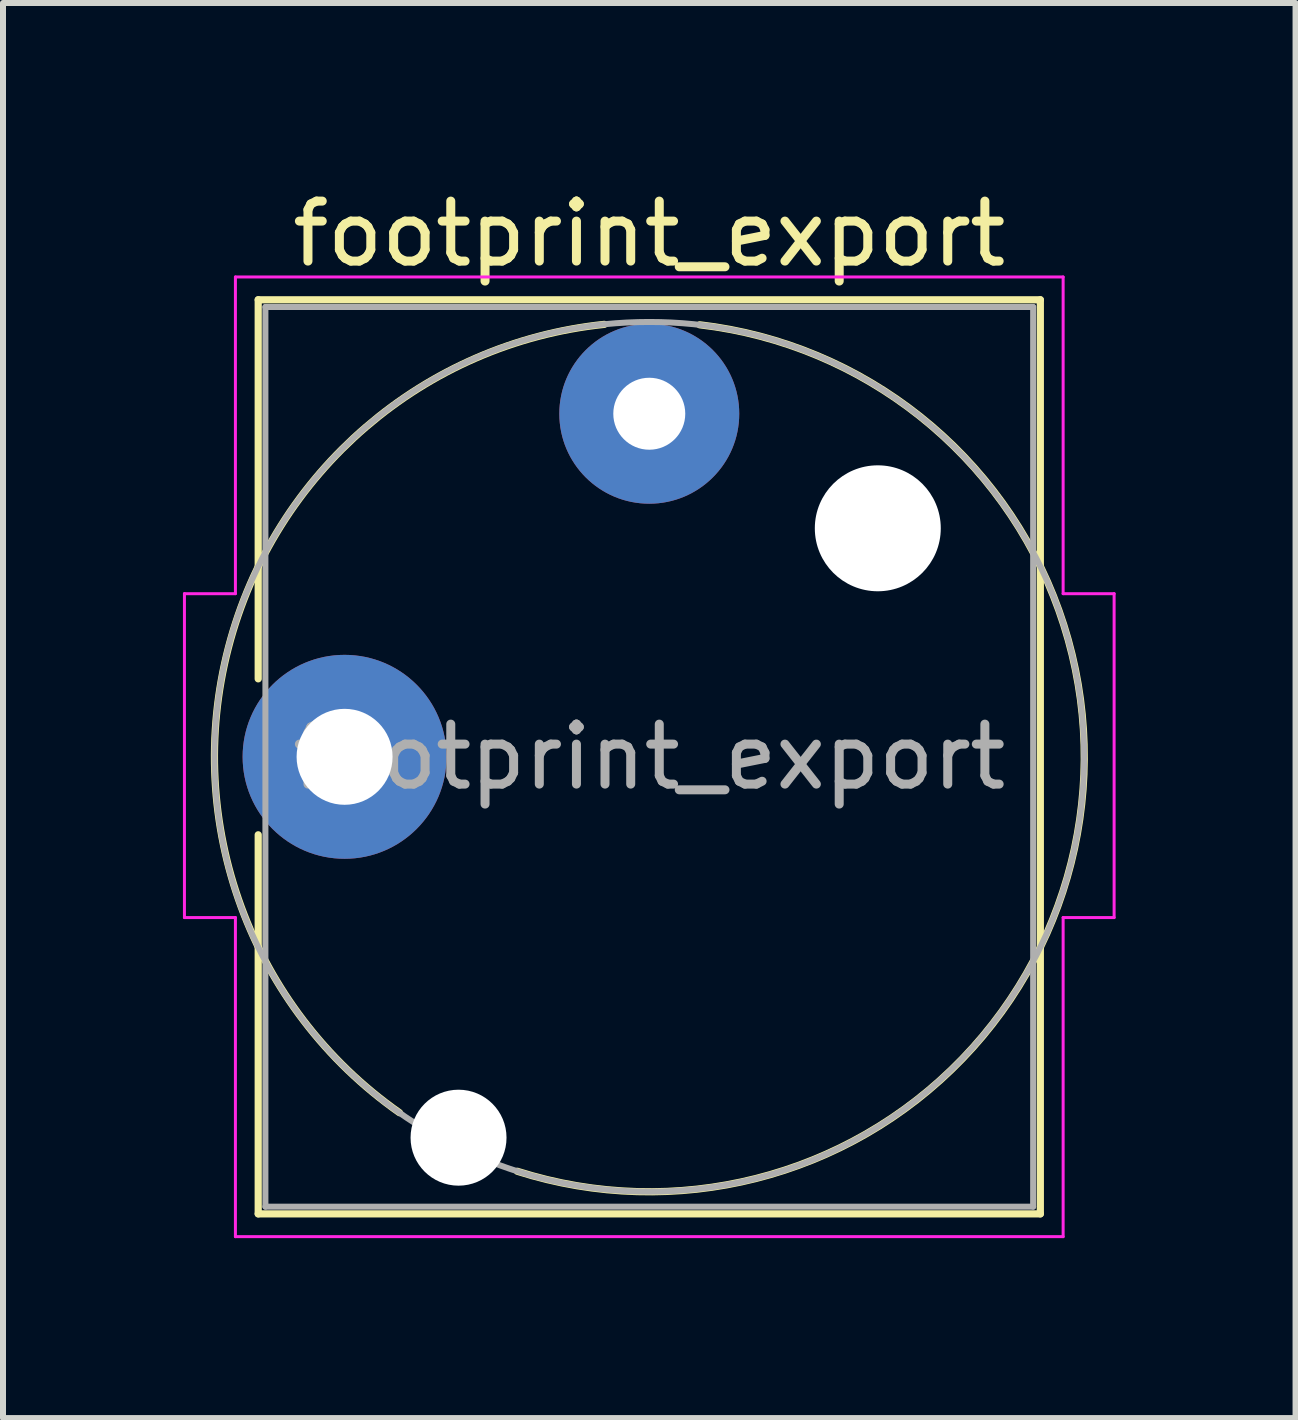
<source format=kicad_pcb>
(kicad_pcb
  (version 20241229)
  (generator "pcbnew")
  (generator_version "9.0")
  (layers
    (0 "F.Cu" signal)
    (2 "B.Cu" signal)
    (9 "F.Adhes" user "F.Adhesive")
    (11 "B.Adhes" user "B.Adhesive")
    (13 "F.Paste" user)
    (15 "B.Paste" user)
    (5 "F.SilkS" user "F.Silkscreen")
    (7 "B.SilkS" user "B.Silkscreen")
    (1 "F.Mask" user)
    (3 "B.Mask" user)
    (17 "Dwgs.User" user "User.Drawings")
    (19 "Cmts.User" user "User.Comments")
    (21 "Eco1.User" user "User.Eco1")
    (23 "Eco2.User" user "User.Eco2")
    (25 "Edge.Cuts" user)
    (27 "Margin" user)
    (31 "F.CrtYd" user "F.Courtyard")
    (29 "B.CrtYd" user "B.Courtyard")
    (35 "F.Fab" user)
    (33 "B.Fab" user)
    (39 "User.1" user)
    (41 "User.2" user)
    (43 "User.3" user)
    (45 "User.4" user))
  (footprint "footprint_export"
    (layer "F.Cu")
    (at 7.775 3.848)
    (property "Reference" "footprint_export" (at 0 -3 0) (layer "F.SilkS") (effects (font (size 1 1) (thickness 0.15))))
    (attr through_hole)
    (fp_line (start -6.52 -1.9) (end -6.52 4.42) (stroke (width 0.12) (type solid)) (layer "F.SilkS"))
    (fp_line (start -6.52 -1.9) (end 6.52 -1.9) (stroke (width 0.12) (type solid)) (layer "F.SilkS"))
    (fp_line (start -6.52 7.02) (end -6.52 13.34) (stroke (width 0.12) (type solid)) (layer "F.SilkS"))
    (fp_line (start -6.52 13.34) (end 6.52 13.34) (stroke (width 0.12) (type solid)) (layer "F.SilkS"))
    (fp_line (start 6.52 -1.9) (end 6.52 13.34) (stroke (width 0.12) (type solid)) (layer "F.SilkS"))
    (fp_arc (start -4.164153 11.6535) (mid -7.016062 3.897509) (end -0.75 -1.49) (stroke (width 0.12) (type solid)) (layer "F.SilkS"))
    (fp_arc (start 0.84109 -1.482824) (mid 7.089049 7.247578) (end -2.2 12.63) (stroke (width 0.12) (type solid)) (layer "F.SilkS"))
    (fp_line (start -7.75 3) (end -7.75 8.4) (stroke (width 0.05) (type solid)) (layer "F.CrtYd"))
    (fp_line (start -6.9 -2.28) (end -6.9 3) (stroke (width 0.05) (type solid)) (layer "F.CrtYd"))
    (fp_line (start -6.9 -2.28) (end 6.9 -2.28) (stroke (width 0.05) (type solid)) (layer "F.CrtYd"))
    (fp_line (start -6.9 3) (end -7.75 3) (stroke (width 0.05) (type solid)) (layer "F.CrtYd"))
    (fp_line (start -6.9 8.4) (end -7.75 8.4) (stroke (width 0.05) (type solid)) (layer "F.CrtYd"))
    (fp_line (start -6.9 8.4) (end -6.9 13.72) (stroke (width 0.05) (type solid)) (layer "F.CrtYd"))
    (fp_line (start -6.9 13.72) (end 6.9 13.72) (stroke (width 0.05) (type solid)) (layer "F.CrtYd"))
    (fp_line (start 6.9 -2.28) (end 6.9 3) (stroke (width 0.05) (type solid)) (layer "F.CrtYd"))
    (fp_line (start 6.9 3) (end 7.75 3) (stroke (width 0.05) (type solid)) (layer "F.CrtYd"))
    (fp_line (start 6.9 8.4) (end 6.9 13.72) (stroke (width 0.05) (type solid)) (layer "F.CrtYd"))
    (fp_line (start 6.9 8.4) (end 7.75 8.4) (stroke (width 0.05) (type solid)) (layer "F.CrtYd"))
    (fp_line (start 7.75 3) (end 7.75 8.4) (stroke (width 0.05) (type solid)) (layer "F.CrtYd"))
    (fp_line (start -6.4 -1.78) (end -6.4 13.22) (stroke (width 0.1) (type solid)) (layer "F.Fab"))
    (fp_line (start -6.4 -1.78) (end 6.4 -1.78) (stroke (width 0.1) (type solid)) (layer "F.Fab"))
    (fp_line (start -6.4 13.22) (end 6.4 13.22) (stroke (width 0.1) (type solid)) (layer "F.Fab"))
    (fp_line (start 6.4 -1.78) (end 6.4 13.22) (stroke (width 0.1) (type solid)) (layer "F.Fab"))
    (fp_circle (center 0 5.72) (end -7.25 5.72) (stroke (width 0.1) (type solid)) (fill no) (layer "F.Fab"))
    (fp_text user "${REFERENCE}" (at 0 5.72 0) (layer "F.Fab") (effects (font (size 1 1) (thickness 0.15))))
    (pad "" np_thru_hole circle (at -3.18 12.07 180) (size 1.6 1.6) (drill 1.6) (layers "*.Cu" "*.Mask"))
    (pad "" np_thru_hole circle (at 3.81 1.91 180) (size 2.1 2.1) (drill 2.1) (layers "*.Cu" "*.Mask"))
    (pad "S" thru_hole circle (at -5.08 5.72 180) (size 3.4 3.4) (drill 1.6) (layers "*.Cu" "*.Mask"))
    (pad "T" thru_hole circle (at 0 0 180) (size 3 3) (drill 1.2) (layers "*.Cu" "*.Mask")))
  (gr_rect
    (start -3 -3)
    (end 18.55 20.593)
    (stroke (width 0.1) (type default))
    (fill no)
    (layer "Edge.Cuts")))
</source>
